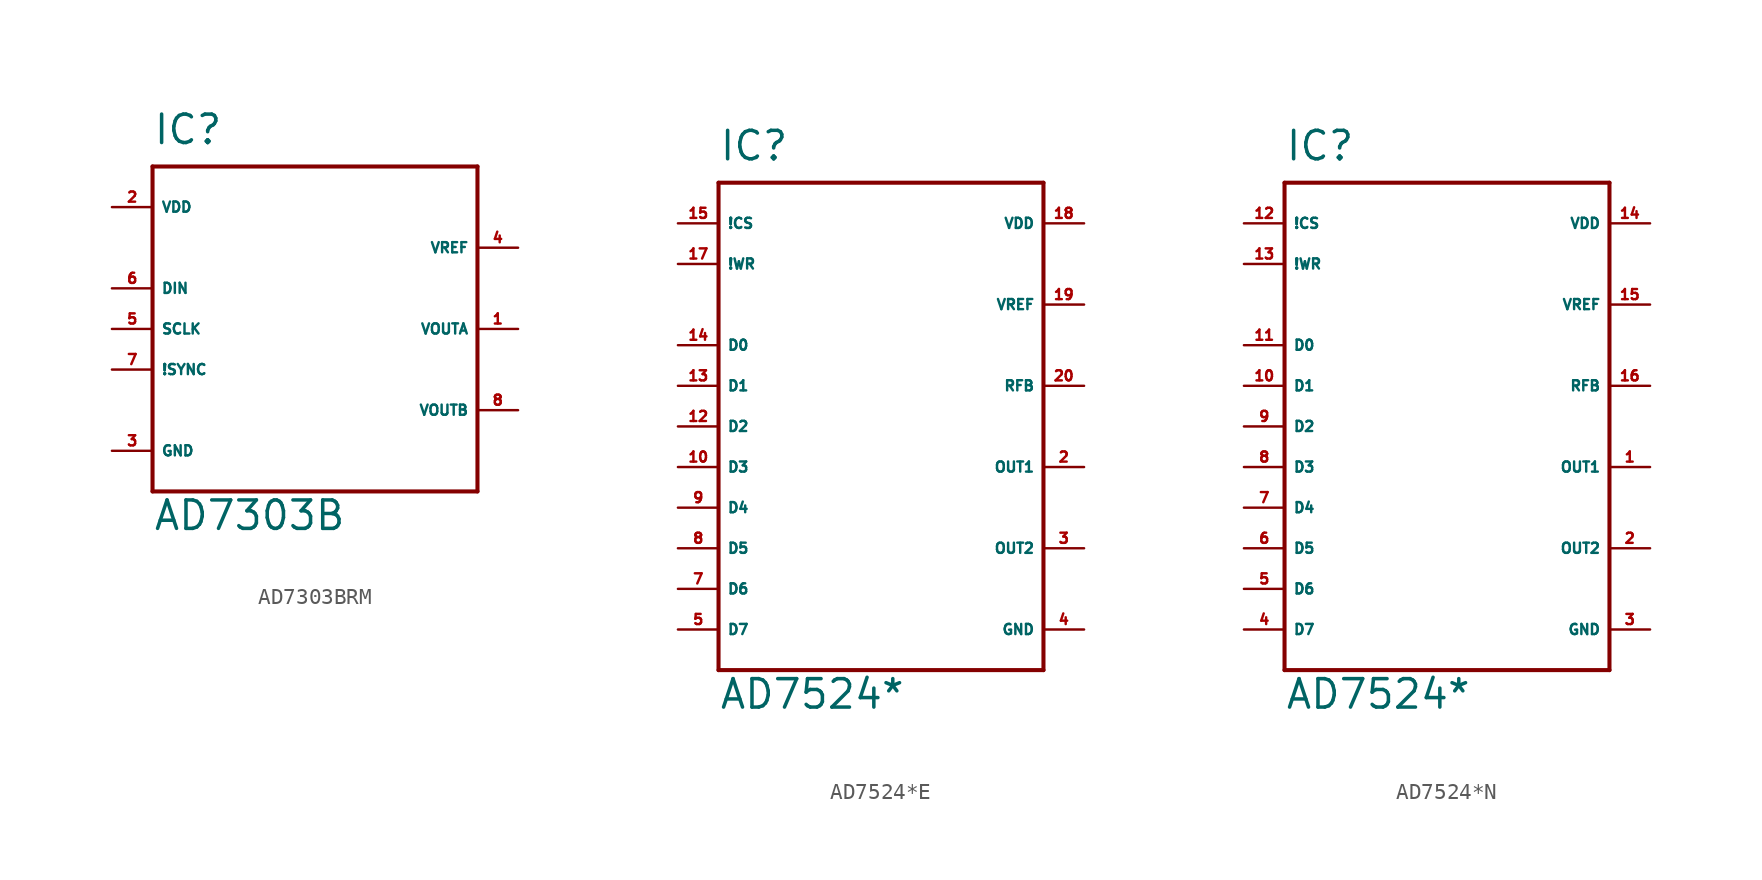
<source format=kicad_sym>
(kicad_symbol_lib
  (version 20220914)
  (generator Eagle2Kicad)
  (symbol "AD7303BRM"
    (property "Reference" "IC"
      (at -10.16 11.43 0)
      (effects (font (size 1.778 1.778) (thickness 0.22)) (justify left bottom)))
    (property "Value" "AD7303B"
      (at -10.16 -12.7 0)
      (effects (font (size 1.778 1.778) (thickness 0.22)) (justify left bottom)))
    (polyline
      (pts (xy -10.16 10.16) (xy 10.16 10.16))
      (stroke (width 0.254) (type default))
      (fill (type none)))
    (polyline
      (pts (xy 10.16 10.16) (xy 10.16 -10.16))
      (stroke (width 0.254) (type default))
      (fill (type none)))
    (polyline
      (pts (xy 10.16 -10.16) (xy -10.16 -10.16))
      (stroke (width 0.254) (type default))
      (fill (type none)))
    (polyline
      (pts (xy -10.16 -10.16) (xy -10.16 10.16))
      (stroke (width 0.254) (type default))
      (fill (type none)))
    (pin input line
      (at -12.7 2.54 0)
      (length 2.54)
      (name "DIN" (effects (font (size 0.635 0.635) (thickness 0.08)) (justify left bottom)))
      (number "6" (effects (font (size 0.635 0.635) (thickness 0.08)) (justify left bottom))))
    (pin input line
      (at -12.7 0 0)
      (length 2.54)
      (name "SCLK" (effects (font (size 0.635 0.635) (thickness 0.08)) (justify left bottom)))
      (number "5" (effects (font (size 0.635 0.635) (thickness 0.08)) (justify left bottom))))
    (pin input line
      (at -12.7 -2.54 0)
      (length 2.54)
      (name "!SYNC" (effects (font (size 0.635 0.635) (thickness 0.08)) (justify left bottom)))
      (number "7" (effects (font (size 0.635 0.635) (thickness 0.08)) (justify left bottom))))
    (pin unspecified line
      (at -12.7 -7.62 0)
      (length 2.54)
      (name "GND" (effects (font (size 0.635 0.635) (thickness 0.08)) (justify left bottom)))
      (number "3" (effects (font (size 0.635 0.635) (thickness 0.08)) (justify left bottom))))
    (pin unspecified line
      (at -12.7 7.62 0)
      (length 2.54)
      (name "VDD" (effects (font (size 0.635 0.635) (thickness 0.08)) (justify left bottom)))
      (number "2" (effects (font (size 0.635 0.635) (thickness 0.08)) (justify left bottom))))
    (pin passive line
      (at 12.7 5.08 180)
      (length 2.54)
      (name "VREF" (effects (font (size 0.635 0.635) (thickness 0.08)) (justify left bottom)))
      (number "4" (effects (font (size 0.635 0.635) (thickness 0.08)) (justify left bottom))))
    (pin output line
      (at 12.7 0 180)
      (length 2.54)
      (name "VOUTA" (effects (font (size 0.635 0.635) (thickness 0.08)) (justify left bottom)))
      (number "1" (effects (font (size 0.635 0.635) (thickness 0.08)) (justify left bottom))))
    (pin output line
      (at 12.7 -5.08 180)
      (length 2.54)
      (name "VOUTB" (effects (font (size 0.635 0.635) (thickness 0.08)) (justify left bottom)))
      (number "8" (effects (font (size 0.635 0.635) (thickness 0.08)) (justify left bottom)))))
  (symbol "AD7524*E"
    (property "Reference" "IC"
      (at -10.16 16.51 0)
      (effects (font (size 1.778 1.778) (thickness 0.22)) (justify left bottom)))
    (property "Value" "AD7524*"
      (at -10.16 -17.78 0)
      (effects (font (size 1.778 1.778) (thickness 0.22)) (justify left bottom)))
    (polyline
      (pts (xy -10.16 15.24) (xy 10.16 15.24))
      (stroke (width 0.254) (type default))
      (fill (type none)))
    (polyline
      (pts (xy 10.16 15.24) (xy 10.16 -15.24))
      (stroke (width 0.254) (type default))
      (fill (type none)))
    (polyline
      (pts (xy 10.16 -15.24) (xy -10.16 -15.24))
      (stroke (width 0.254) (type default))
      (fill (type none)))
    (polyline
      (pts (xy -10.16 -15.24) (xy -10.16 15.24))
      (stroke (width 0.254) (type default))
      (fill (type none)))
    (pin input line
      (at 12.7 7.62 180)
      (length 2.54)
      (name "VREF" (effects (font (size 0.635 0.635) (thickness 0.08)) (justify left bottom)))
      (number "19" (effects (font (size 0.635 0.635) (thickness 0.08)) (justify left bottom))))
    (pin unspecified line
      (at 12.7 12.7 180)
      (length 2.54)
      (name "VDD" (effects (font (size 0.635 0.635) (thickness 0.08)) (justify left bottom)))
      (number "18" (effects (font (size 0.635 0.635) (thickness 0.08)) (justify left bottom))))
    (pin input line
      (at -12.7 12.7 0)
      (length 2.54)
      (name "!CS" (effects (font (size 0.635 0.635) (thickness 0.08)) (justify left bottom)))
      (number "15" (effects (font (size 0.635 0.635) (thickness 0.08)) (justify left bottom))))
    (pin input line
      (at -12.7 10.16 0)
      (length 2.54)
      (name "!WR" (effects (font (size 0.635 0.635) (thickness 0.08)) (justify left bottom)))
      (number "17" (effects (font (size 0.635 0.635) (thickness 0.08)) (justify left bottom))))
    (pin input line
      (at -12.7 5.08 0)
      (length 2.54)
      (name "D0" (effects (font (size 0.635 0.635) (thickness 0.08)) (justify left bottom)))
      (number "14" (effects (font (size 0.635 0.635) (thickness 0.08)) (justify left bottom))))
    (pin input line
      (at -12.7 2.54 0)
      (length 2.54)
      (name "D1" (effects (font (size 0.635 0.635) (thickness 0.08)) (justify left bottom)))
      (number "13" (effects (font (size 0.635 0.635) (thickness 0.08)) (justify left bottom))))
    (pin input line
      (at -12.7 0 0)
      (length 2.54)
      (name "D2" (effects (font (size 0.635 0.635) (thickness 0.08)) (justify left bottom)))
      (number "12" (effects (font (size 0.635 0.635) (thickness 0.08)) (justify left bottom))))
    (pin input line
      (at -12.7 -2.54 0)
      (length 2.54)
      (name "D3" (effects (font (size 0.635 0.635) (thickness 0.08)) (justify left bottom)))
      (number "10" (effects (font (size 0.635 0.635) (thickness 0.08)) (justify left bottom))))
    (pin input line
      (at -12.7 -5.08 0)
      (length 2.54)
      (name "D4" (effects (font (size 0.635 0.635) (thickness 0.08)) (justify left bottom)))
      (number "9" (effects (font (size 0.635 0.635) (thickness 0.08)) (justify left bottom))))
    (pin input line
      (at -12.7 -7.62 0)
      (length 2.54)
      (name "D5" (effects (font (size 0.635 0.635) (thickness 0.08)) (justify left bottom)))
      (number "8" (effects (font (size 0.635 0.635) (thickness 0.08)) (justify left bottom))))
    (pin input line
      (at -12.7 -10.16 0)
      (length 2.54)
      (name "D6" (effects (font (size 0.635 0.635) (thickness 0.08)) (justify left bottom)))
      (number "7" (effects (font (size 0.635 0.635) (thickness 0.08)) (justify left bottom))))
    (pin input line
      (at -12.7 -12.7 0)
      (length 2.54)
      (name "D7" (effects (font (size 0.635 0.635) (thickness 0.08)) (justify left bottom)))
      (number "5" (effects (font (size 0.635 0.635) (thickness 0.08)) (justify left bottom))))
    (pin passive line
      (at 12.7 2.54 180)
      (length 2.54)
      (name "RFB" (effects (font (size 0.635 0.635) (thickness 0.08)) (justify left bottom)))
      (number "20" (effects (font (size 0.635 0.635) (thickness 0.08)) (justify left bottom))))
    (pin passive line
      (at 12.7 -2.54 180)
      (length 2.54)
      (name "OUT1" (effects (font (size 0.635 0.635) (thickness 0.08)) (justify left bottom)))
      (number "2" (effects (font (size 0.635 0.635) (thickness 0.08)) (justify left bottom))))
    (pin passive line
      (at 12.7 -7.62 180)
      (length 2.54)
      (name "OUT2" (effects (font (size 0.635 0.635) (thickness 0.08)) (justify left bottom)))
      (number "3" (effects (font (size 0.635 0.635) (thickness 0.08)) (justify left bottom))))
    (pin unspecified line
      (at 12.7 -12.7 180)
      (length 2.54)
      (name "GND" (effects (font (size 0.635 0.635) (thickness 0.08)) (justify left bottom)))
      (number "4" (effects (font (size 0.635 0.635) (thickness 0.08)) (justify left bottom)))))
  (symbol "AD7524*N"
    (property "Reference" "IC"
      (at -10.16 16.51 0)
      (effects (font (size 1.778 1.778) (thickness 0.22)) (justify left bottom)))
    (property "Value" "AD7524*"
      (at -10.16 -17.78 0)
      (effects (font (size 1.778 1.778) (thickness 0.22)) (justify left bottom)))
    (polyline
      (pts (xy -10.16 15.24) (xy 10.16 15.24))
      (stroke (width 0.254) (type default))
      (fill (type none)))
    (polyline
      (pts (xy 10.16 15.24) (xy 10.16 -15.24))
      (stroke (width 0.254) (type default))
      (fill (type none)))
    (polyline
      (pts (xy 10.16 -15.24) (xy -10.16 -15.24))
      (stroke (width 0.254) (type default))
      (fill (type none)))
    (polyline
      (pts (xy -10.16 -15.24) (xy -10.16 15.24))
      (stroke (width 0.254) (type default))
      (fill (type none)))
    (pin input line
      (at 12.7 7.62 180)
      (length 2.54)
      (name "VREF" (effects (font (size 0.635 0.635) (thickness 0.08)) (justify left bottom)))
      (number "15" (effects (font (size 0.635 0.635) (thickness 0.08)) (justify left bottom))))
    (pin unspecified line
      (at 12.7 12.7 180)
      (length 2.54)
      (name "VDD" (effects (font (size 0.635 0.635) (thickness 0.08)) (justify left bottom)))
      (number "14" (effects (font (size 0.635 0.635) (thickness 0.08)) (justify left bottom))))
    (pin input line
      (at -12.7 12.7 0)
      (length 2.54)
      (name "!CS" (effects (font (size 0.635 0.635) (thickness 0.08)) (justify left bottom)))
      (number "12" (effects (font (size 0.635 0.635) (thickness 0.08)) (justify left bottom))))
    (pin input line
      (at -12.7 10.16 0)
      (length 2.54)
      (name "!WR" (effects (font (size 0.635 0.635) (thickness 0.08)) (justify left bottom)))
      (number "13" (effects (font (size 0.635 0.635) (thickness 0.08)) (justify left bottom))))
    (pin input line
      (at -12.7 5.08 0)
      (length 2.54)
      (name "D0" (effects (font (size 0.635 0.635) (thickness 0.08)) (justify left bottom)))
      (number "11" (effects (font (size 0.635 0.635) (thickness 0.08)) (justify left bottom))))
    (pin input line
      (at -12.7 2.54 0)
      (length 2.54)
      (name "D1" (effects (font (size 0.635 0.635) (thickness 0.08)) (justify left bottom)))
      (number "10" (effects (font (size 0.635 0.635) (thickness 0.08)) (justify left bottom))))
    (pin input line
      (at -12.7 0 0)
      (length 2.54)
      (name "D2" (effects (font (size 0.635 0.635) (thickness 0.08)) (justify left bottom)))
      (number "9" (effects (font (size 0.635 0.635) (thickness 0.08)) (justify left bottom))))
    (pin input line
      (at -12.7 -2.54 0)
      (length 2.54)
      (name "D3" (effects (font (size 0.635 0.635) (thickness 0.08)) (justify left bottom)))
      (number "8" (effects (font (size 0.635 0.635) (thickness 0.08)) (justify left bottom))))
    (pin input line
      (at -12.7 -5.08 0)
      (length 2.54)
      (name "D4" (effects (font (size 0.635 0.635) (thickness 0.08)) (justify left bottom)))
      (number "7" (effects (font (size 0.635 0.635) (thickness 0.08)) (justify left bottom))))
    (pin input line
      (at -12.7 -7.62 0)
      (length 2.54)
      (name "D5" (effects (font (size 0.635 0.635) (thickness 0.08)) (justify left bottom)))
      (number "6" (effects (font (size 0.635 0.635) (thickness 0.08)) (justify left bottom))))
    (pin input line
      (at -12.7 -10.16 0)
      (length 2.54)
      (name "D6" (effects (font (size 0.635 0.635) (thickness 0.08)) (justify left bottom)))
      (number "5" (effects (font (size 0.635 0.635) (thickness 0.08)) (justify left bottom))))
    (pin input line
      (at -12.7 -12.7 0)
      (length 2.54)
      (name "D7" (effects (font (size 0.635 0.635) (thickness 0.08)) (justify left bottom)))
      (number "4" (effects (font (size 0.635 0.635) (thickness 0.08)) (justify left bottom))))
    (pin passive line
      (at 12.7 2.54 180)
      (length 2.54)
      (name "RFB" (effects (font (size 0.635 0.635) (thickness 0.08)) (justify left bottom)))
      (number "16" (effects (font (size 0.635 0.635) (thickness 0.08)) (justify left bottom))))
    (pin passive line
      (at 12.7 -2.54 180)
      (length 2.54)
      (name "OUT1" (effects (font (size 0.635 0.635) (thickness 0.08)) (justify left bottom)))
      (number "1" (effects (font (size 0.635 0.635) (thickness 0.08)) (justify left bottom))))
    (pin passive line
      (at 12.7 -7.62 180)
      (length 2.54)
      (name "OUT2" (effects (font (size 0.635 0.635) (thickness 0.08)) (justify left bottom)))
      (number "2" (effects (font (size 0.635 0.635) (thickness 0.08)) (justify left bottom))))
    (pin unspecified line
      (at 12.7 -12.7 180)
      (length 2.54)
      (name "GND" (effects (font (size 0.635 0.635) (thickness 0.08)) (justify left bottom)))
      (number "3" (effects (font (size 0.635 0.635) (thickness 0.08)) (justify left bottom))))))
</source>
